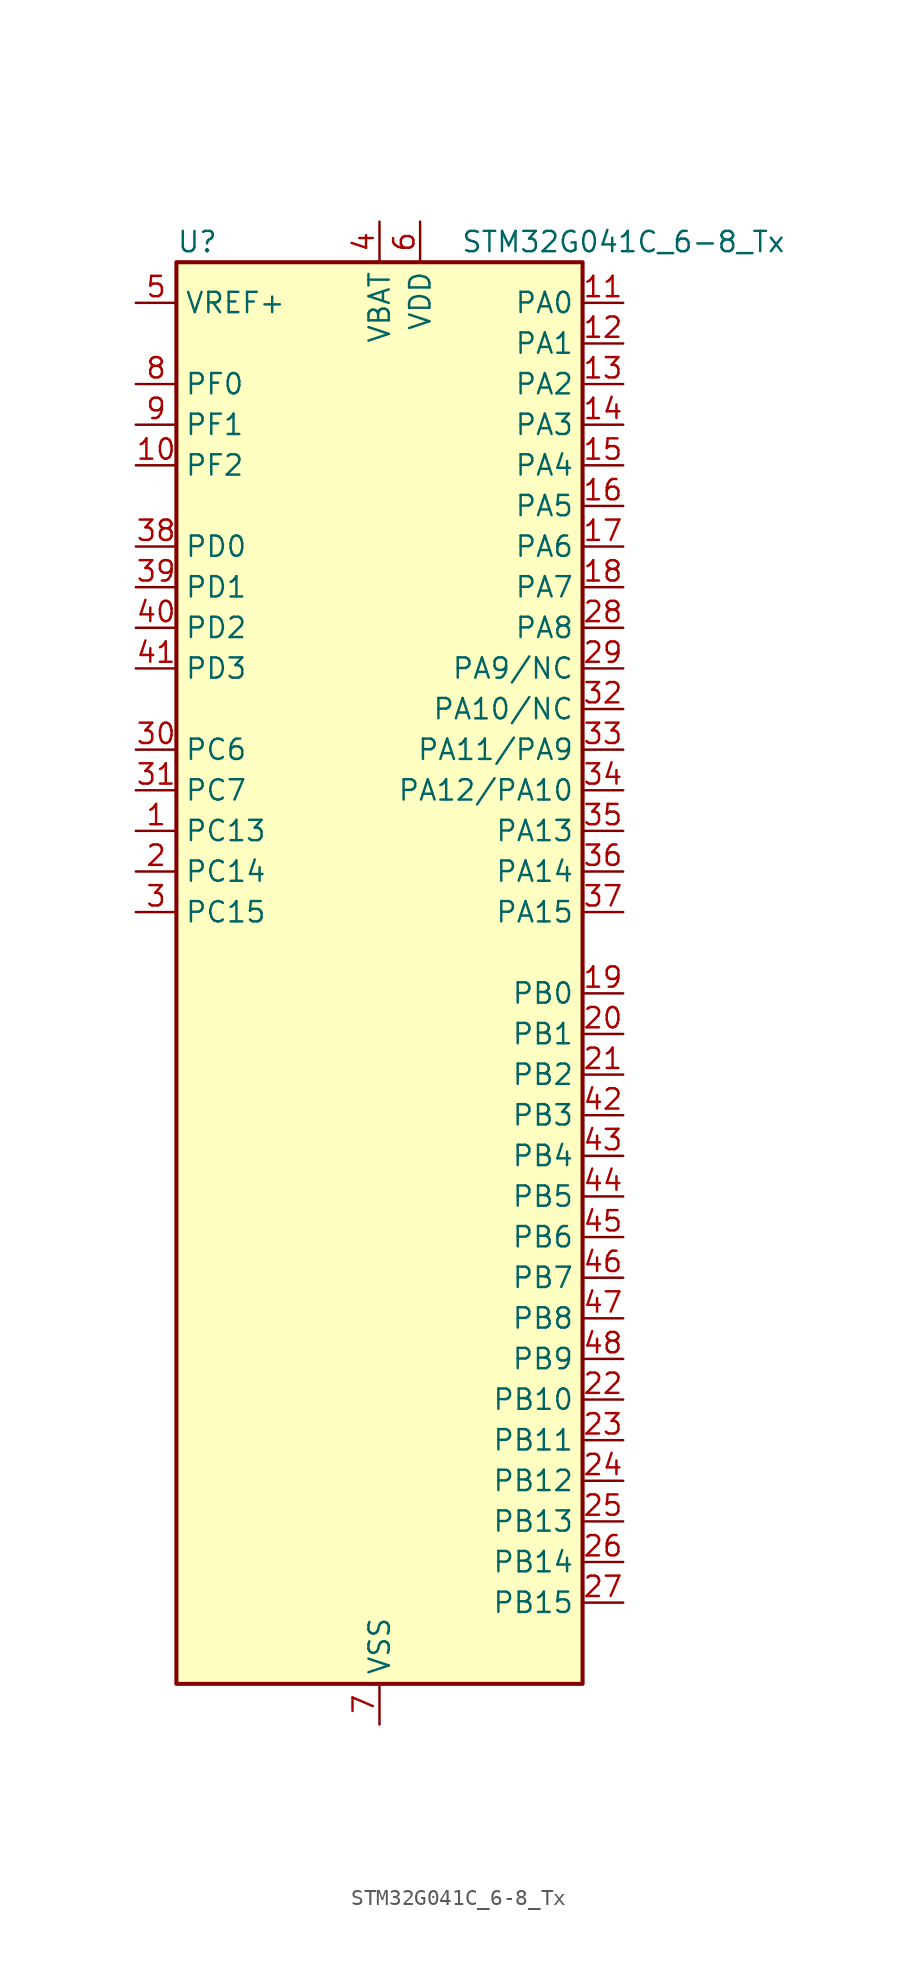
<source format=kicad_sym>
(kicad_symbol_lib
  (version 20211014)
  (generator kicad-library-utils)
  (symbol "STM32G041C_6-8_Tx"
    (property "Reference" "U"
      (at -12.7 46.99 0)
      (effects (font (size 1.27 1.27)) (justify left)))
    (property "Value" "STM32G041C_6-8_Tx"
      (at 5.08 46.99 0)
      (effects (font (size 1.27 1.27)) (justify left)))
    (property "ki_fp_filters" "LQFP*7x7mm*P0.5mm*"
      (at 0.0 0.0 0.0)
      (effects (font (size 1.27 1.27))))
    (symbol "STM32G041C_6-8_Tx_0_1"
      (rectangle (start -12.7 -43.18) (end 12.7 45.72) (stroke (width 0.254)) (fill (type background))))
    (symbol "STM32G041C_6-8_Tx_1_1"
      (pin input line (at -15.24 43.18 0) (length 2.54) (name "VREF+" (effects (font (size 1.27 1.27)))) (number "5" (effects (font (size 1.27 1.27)))) (alternate "VREFBUF_OUT" bidirectional line))
      (pin bidirectional line (at -15.24 38.1 0) (length 2.54) (name "PF0" (effects (font (size 1.27 1.27)))) (number "8" (effects (font (size 1.27 1.27)))) (alternate "RCC_OSC_IN" bidirectional line) (alternate "TIM14_CH1" bidirectional line))
      (pin bidirectional line (at -15.24 35.56 0) (length 2.54) (name "PF1" (effects (font (size 1.27 1.27)))) (number "9" (effects (font (size 1.27 1.27)))) (alternate "RCC_OSC_EN" bidirectional line) (alternate "RCC_OSC_OUT" bidirectional line))
      (pin bidirectional line (at -15.24 33.02 0) (length 2.54) (name "PF2" (effects (font (size 1.27 1.27)))) (number "10" (effects (font (size 1.27 1.27)))) (alternate "RCC_MCO" bidirectional line))
      (pin bidirectional line (at -15.24 27.94 0) (length 2.54) (name "PD0" (effects (font (size 1.27 1.27)))) (number "38" (effects (font (size 1.27 1.27)))) (alternate "SPI2_NSS" bidirectional line) (alternate "TIM16_CH1" bidirectional line))
      (pin bidirectional line (at -15.24 25.4 0) (length 2.54) (name "PD1" (effects (font (size 1.27 1.27)))) (number "39" (effects (font (size 1.27 1.27)))) (alternate "SPI2_SCK" bidirectional line) (alternate "TIM17_CH1" bidirectional line))
      (pin bidirectional line (at -15.24 22.86 0) (length 2.54) (name "PD2" (effects (font (size 1.27 1.27)))) (number "40" (effects (font (size 1.27 1.27)))) (alternate "TIM1_CH1N" bidirectional line) (alternate "TIM3_ETR" bidirectional line))
      (pin bidirectional line (at -15.24 20.32 0) (length 2.54) (name "PD3" (effects (font (size 1.27 1.27)))) (number "41" (effects (font (size 1.27 1.27)))) (alternate "SPI2_MISO" bidirectional line) (alternate "TIM1_CH2N" bidirectional line) (alternate "USART2_CTS" bidirectional line) (alternate "USART2_NSS" bidirectional line))
      (pin bidirectional line (at -15.24 15.24 0) (length 2.54) (name "PC6" (effects (font (size 1.27 1.27)))) (number "30" (effects (font (size 1.27 1.27)))) (alternate "TIM2_CH3" bidirectional line) (alternate "TIM3_CH1" bidirectional line))
      (pin bidirectional line (at -15.24 12.7 0) (length 2.54) (name "PC7" (effects (font (size 1.27 1.27)))) (number "31" (effects (font (size 1.27 1.27)))) (alternate "TIM2_CH4" bidirectional line) (alternate "TIM3_CH2" bidirectional line))
      (pin bidirectional line (at -15.24 10.16 0) (length 2.54) (name "PC13" (effects (font (size 1.27 1.27)))) (number "1" (effects (font (size 1.27 1.27)))) (alternate "RTC_OUT_ALARM" bidirectional line) (alternate "RTC_OUT_CALIB" bidirectional line) (alternate "RTC_TAMP_IN1" bidirectional line) (alternate "RTC_TS" bidirectional line) (alternate "SYS_WKUP2" bidirectional line) (alternate "TIM1_BK" bidirectional line))
      (pin bidirectional line (at -15.24 7.62 0) (length 2.54) (name "PC14" (effects (font (size 1.27 1.27)))) (number "2" (effects (font (size 1.27 1.27)))) (alternate "RCC_OSC32_IN" bidirectional line) (alternate "TIM1_BK2" bidirectional line))
      (pin bidirectional line (at -15.24 5.08 0) (length 2.54) (name "PC15" (effects (font (size 1.27 1.27)))) (number "3" (effects (font (size 1.27 1.27)))) (alternate "RCC_OSC32_EN" bidirectional line) (alternate "RCC_OSC32_OUT" bidirectional line) (alternate "RCC_OSC_EN" bidirectional line))
      (pin bidirectional line (at 15.24 43.18 180) (length 2.54) (name "PA0" (effects (font (size 1.27 1.27)))) (number "11" (effects (font (size 1.27 1.27)))) (alternate "ADC1_IN0" bidirectional line) (alternate "LPTIM1_OUT" bidirectional line) (alternate "RTC_TAMP_IN2" bidirectional line) (alternate "SPI2_SCK" bidirectional line) (alternate "SYS_WKUP1" bidirectional line) (alternate "TIM2_CH1" bidirectional line) (alternate "TIM2_ETR" bidirectional line) (alternate "USART2_CTS" bidirectional line) (alternate "USART2_NSS" bidirectional line))
      (pin bidirectional line (at 15.24 40.64 180) (length 2.54) (name "PA1" (effects (font (size 1.27 1.27)))) (number "12" (effects (font (size 1.27 1.27)))) (alternate "ADC1_IN1" bidirectional line) (alternate "I2C1_SMBA" bidirectional line) (alternate "I2S1_CK" bidirectional line) (alternate "SPI1_SCK" bidirectional line) (alternate "TIM2_CH2" bidirectional line) (alternate "USART2_CK" bidirectional line) (alternate "USART2_DE" bidirectional line) (alternate "USART2_RTS" bidirectional line))
      (pin bidirectional line (at 15.24 38.1 180) (length 2.54) (name "PA2" (effects (font (size 1.27 1.27)))) (number "13" (effects (font (size 1.27 1.27)))) (alternate "ADC1_IN2" bidirectional line) (alternate "I2S1_SD" bidirectional line) (alternate "LPUART1_TX" bidirectional line) (alternate "RCC_LSCO" bidirectional line) (alternate "SPI1_MOSI" bidirectional line) (alternate "SYS_WKUP4" bidirectional line) (alternate "TIM2_CH3" bidirectional line) (alternate "USART2_TX" bidirectional line))
      (pin bidirectional line (at 15.24 35.56 180) (length 2.54) (name "PA3" (effects (font (size 1.27 1.27)))) (number "14" (effects (font (size 1.27 1.27)))) (alternate "ADC1_IN3" bidirectional line) (alternate "LPUART1_RX" bidirectional line) (alternate "SPI2_MISO" bidirectional line) (alternate "TIM2_CH4" bidirectional line) (alternate "USART2_RX" bidirectional line))
      (pin bidirectional line (at 15.24 33.02 180) (length 2.54) (name "PA4" (effects (font (size 1.27 1.27)))) (number "15" (effects (font (size 1.27 1.27)))) (alternate "ADC1_IN4" bidirectional line) (alternate "I2S1_WS" bidirectional line) (alternate "LPTIM2_OUT" bidirectional line) (alternate "RTC_OUT_ALARM" bidirectional line) (alternate "RTC_OUT_CALIB" bidirectional line) (alternate "SPI1_NSS" bidirectional line) (alternate "SPI2_MOSI" bidirectional line) (alternate "TIM14_CH1" bidirectional line))
      (pin bidirectional line (at 15.24 30.48 180) (length 2.54) (name "PA5" (effects (font (size 1.27 1.27)))) (number "16" (effects (font (size 1.27 1.27)))) (alternate "ADC1_IN5" bidirectional line) (alternate "I2S1_CK" bidirectional line) (alternate "LPTIM2_ETR" bidirectional line) (alternate "SPI1_SCK" bidirectional line) (alternate "TIM2_CH1" bidirectional line) (alternate "TIM2_ETR" bidirectional line))
      (pin bidirectional line (at 15.24 27.94 180) (length 2.54) (name "PA6" (effects (font (size 1.27 1.27)))) (number "17" (effects (font (size 1.27 1.27)))) (alternate "ADC1_IN6" bidirectional line) (alternate "I2S1_MCK" bidirectional line) (alternate "LPUART1_CTS" bidirectional line) (alternate "SPI1_MISO" bidirectional line) (alternate "TIM16_CH1" bidirectional line) (alternate "TIM1_BK" bidirectional line) (alternate "TIM3_CH1" bidirectional line))
      (pin bidirectional line (at 15.24 25.4 180) (length 2.54) (name "PA7" (effects (font (size 1.27 1.27)))) (number "18" (effects (font (size 1.27 1.27)))) (alternate "ADC1_IN7" bidirectional line) (alternate "I2S1_SD" bidirectional line) (alternate "SPI1_MOSI" bidirectional line) (alternate "TIM14_CH1" bidirectional line) (alternate "TIM17_CH1" bidirectional line) (alternate "TIM1_CH1N" bidirectional line) (alternate "TIM3_CH2" bidirectional line))
      (pin bidirectional line (at 15.24 22.86 180) (length 2.54) (name "PA8" (effects (font (size 1.27 1.27)))) (number "28" (effects (font (size 1.27 1.27)))) (alternate "LPTIM2_OUT" bidirectional line) (alternate "RCC_MCO" bidirectional line) (alternate "SPI2_NSS" bidirectional line) (alternate "TIM1_CH1" bidirectional line))
      (pin bidirectional line (at 15.24 20.32 180) (length 2.54) (name "PA9/NC" (effects (font (size 1.27 1.27)))) (number "29" (effects (font (size 1.27 1.27)))) (alternate "I2C1_SCL" bidirectional line) (alternate "RCC_MCO" bidirectional line) (alternate "SPI2_MISO" bidirectional line) (alternate "TIM1_CH2" bidirectional line) (alternate "USART1_TX" bidirectional line))
      (pin bidirectional line (at 15.24 17.78 180) (length 2.54) (name "PA10/NC" (effects (font (size 1.27 1.27)))) (number "32" (effects (font (size 1.27 1.27)))) (alternate "I2C1_SDA" bidirectional line) (alternate "SPI2_MOSI" bidirectional line) (alternate "TIM17_BK" bidirectional line) (alternate "TIM1_CH3" bidirectional line) (alternate "USART1_RX" bidirectional line))
      (pin bidirectional line (at 15.24 15.24 180) (length 2.54) (name "PA11/PA9" (effects (font (size 1.27 1.27)))) (number "33" (effects (font (size 1.27 1.27)))) (alternate "ADC1_EXTI11" bidirectional line) (alternate "I2C2_SCL" bidirectional line) (alternate "I2S1_MCK" bidirectional line) (alternate "SPI1_MISO" bidirectional line) (alternate "TIM1_BK2" bidirectional line) (alternate "TIM1_CH4" bidirectional line) (alternate "USART1_CTS" bidirectional line) (alternate "USART1_NSS" bidirectional line))
      (pin bidirectional line (at 15.24 12.7 180) (length 2.54) (name "PA12/PA10" (effects (font (size 1.27 1.27)))) (number "34" (effects (font (size 1.27 1.27)))) (alternate "I2C2_SDA" bidirectional line) (alternate "I2S1_SD" bidirectional line) (alternate "I2S_CKIN" bidirectional line) (alternate "SPI1_MOSI" bidirectional line) (alternate "TIM1_ETR" bidirectional line) (alternate "USART1_CK" bidirectional line) (alternate "USART1_DE" bidirectional line) (alternate "USART1_RTS" bidirectional line))
      (pin bidirectional line (at 15.24 10.16 180) (length 2.54) (name "PA13" (effects (font (size 1.27 1.27)))) (number "35" (effects (font (size 1.27 1.27)))) (alternate "ADC1_IN17" bidirectional line) (alternate "IR_OUT" bidirectional line) (alternate "SYS_SWDIO" bidirectional line))
      (pin bidirectional line (at 15.24 7.62 180) (length 2.54) (name "PA14" (effects (font (size 1.27 1.27)))) (number "36" (effects (font (size 1.27 1.27)))) (alternate "ADC1_IN18" bidirectional line) (alternate "SYS_SWCLK" bidirectional line) (alternate "USART2_TX" bidirectional line))
      (pin bidirectional line (at 15.24 5.08 180) (length 2.54) (name "PA15" (effects (font (size 1.27 1.27)))) (number "37" (effects (font (size 1.27 1.27)))) (alternate "I2S1_WS" bidirectional line) (alternate "SPI1_NSS" bidirectional line) (alternate "TIM2_CH1" bidirectional line) (alternate "TIM2_ETR" bidirectional line) (alternate "USART2_RX" bidirectional line))
      (pin bidirectional line (at 15.24 0.0 180) (length 2.54) (name "PB0" (effects (font (size 1.27 1.27)))) (number "19" (effects (font (size 1.27 1.27)))) (alternate "ADC1_IN8" bidirectional line) (alternate "I2S1_WS" bidirectional line) (alternate "LPTIM1_OUT" bidirectional line) (alternate "SPI1_NSS" bidirectional line) (alternate "TIM1_CH2N" bidirectional line) (alternate "TIM3_CH3" bidirectional line))
      (pin bidirectional line (at 15.24 -2.54 180) (length 2.54) (name "PB1" (effects (font (size 1.27 1.27)))) (number "20" (effects (font (size 1.27 1.27)))) (alternate "ADC1_IN9" bidirectional line) (alternate "LPTIM2_IN1" bidirectional line) (alternate "LPUART1_DE" bidirectional line) (alternate "LPUART1_RTS" bidirectional line) (alternate "TIM14_CH1" bidirectional line) (alternate "TIM1_CH3N" bidirectional line) (alternate "TIM3_CH4" bidirectional line))
      (pin bidirectional line (at 15.24 -5.08 180) (length 2.54) (name "PB2" (effects (font (size 1.27 1.27)))) (number "21" (effects (font (size 1.27 1.27)))) (alternate "ADC1_IN10" bidirectional line) (alternate "LPTIM1_OUT" bidirectional line) (alternate "SPI2_MISO" bidirectional line))
      (pin bidirectional line (at 15.24 -7.62 180) (length 2.54) (name "PB3" (effects (font (size 1.27 1.27)))) (number "42" (effects (font (size 1.27 1.27)))) (alternate "I2S1_CK" bidirectional line) (alternate "SPI1_SCK" bidirectional line) (alternate "TIM1_CH2" bidirectional line) (alternate "TIM2_CH2" bidirectional line) (alternate "USART1_CK" bidirectional line) (alternate "USART1_DE" bidirectional line) (alternate "USART1_RTS" bidirectional line))
      (pin bidirectional line (at 15.24 -10.16 180) (length 2.54) (name "PB4" (effects (font (size 1.27 1.27)))) (number "43" (effects (font (size 1.27 1.27)))) (alternate "I2S1_MCK" bidirectional line) (alternate "SPI1_MISO" bidirectional line) (alternate "TIM17_BK" bidirectional line) (alternate "TIM3_CH1" bidirectional line) (alternate "USART1_CTS" bidirectional line) (alternate "USART1_NSS" bidirectional line))
      (pin bidirectional line (at 15.24 -12.7 180) (length 2.54) (name "PB5" (effects (font (size 1.27 1.27)))) (number "44" (effects (font (size 1.27 1.27)))) (alternate "I2C1_SMBA" bidirectional line) (alternate "I2S1_SD" bidirectional line) (alternate "LPTIM1_IN1" bidirectional line) (alternate "SPI1_MOSI" bidirectional line) (alternate "SYS_WKUP6" bidirectional line) (alternate "TIM16_BK" bidirectional line) (alternate "TIM3_CH2" bidirectional line))
      (pin bidirectional line (at 15.24 -15.24 180) (length 2.54) (name "PB6" (effects (font (size 1.27 1.27)))) (number "45" (effects (font (size 1.27 1.27)))) (alternate "I2C1_SCL" bidirectional line) (alternate "LPTIM1_ETR" bidirectional line) (alternate "SPI2_MISO" bidirectional line) (alternate "TIM16_CH1N" bidirectional line) (alternate "TIM1_CH3" bidirectional line) (alternate "USART1_TX" bidirectional line))
      (pin bidirectional line (at 15.24 -17.78 180) (length 2.54) (name "PB7" (effects (font (size 1.27 1.27)))) (number "46" (effects (font (size 1.27 1.27)))) (alternate "I2C1_SDA" bidirectional line) (alternate "LPTIM1_IN2" bidirectional line) (alternate "SPI2_MOSI" bidirectional line) (alternate "SYS_PVD_IN" bidirectional line) (alternate "TIM17_CH1N" bidirectional line) (alternate "USART1_RX" bidirectional line))
      (pin bidirectional line (at 15.24 -20.32 180) (length 2.54) (name "PB8" (effects (font (size 1.27 1.27)))) (number "47" (effects (font (size 1.27 1.27)))) (alternate "I2C1_SCL" bidirectional line) (alternate "SPI2_SCK" bidirectional line) (alternate "TIM16_CH1" bidirectional line))
      (pin bidirectional line (at 15.24 -22.86 180) (length 2.54) (name "PB9" (effects (font (size 1.27 1.27)))) (number "48" (effects (font (size 1.27 1.27)))) (alternate "I2C1_SDA" bidirectional line) (alternate "IR_OUT" bidirectional line) (alternate "SPI2_NSS" bidirectional line) (alternate "TIM17_CH1" bidirectional line))
      (pin bidirectional line (at 15.24 -25.4 180) (length 2.54) (name "PB10" (effects (font (size 1.27 1.27)))) (number "22" (effects (font (size 1.27 1.27)))) (alternate "ADC1_IN11" bidirectional line) (alternate "I2C2_SCL" bidirectional line) (alternate "LPUART1_RX" bidirectional line) (alternate "SPI2_SCK" bidirectional line) (alternate "TIM2_CH3" bidirectional line))
      (pin bidirectional line (at 15.24 -27.94 180) (length 2.54) (name "PB11" (effects (font (size 1.27 1.27)))) (number "23" (effects (font (size 1.27 1.27)))) (alternate "ADC1_EXTI11" bidirectional line) (alternate "ADC1_IN15" bidirectional line) (alternate "I2C2_SDA" bidirectional line) (alternate "LPUART1_TX" bidirectional line) (alternate "SPI2_MOSI" bidirectional line) (alternate "TIM2_CH4" bidirectional line))
      (pin bidirectional line (at 15.24 -30.48 180) (length 2.54) (name "PB12" (effects (font (size 1.27 1.27)))) (number "24" (effects (font (size 1.27 1.27)))) (alternate "ADC1_IN16" bidirectional line) (alternate "LPUART1_DE" bidirectional line) (alternate "LPUART1_RTS" bidirectional line) (alternate "SPI2_NSS" bidirectional line) (alternate "TIM1_BK" bidirectional line))
      (pin bidirectional line (at 15.24 -33.02 180) (length 2.54) (name "PB13" (effects (font (size 1.27 1.27)))) (number "25" (effects (font (size 1.27 1.27)))) (alternate "I2C2_SCL" bidirectional line) (alternate "LPUART1_CTS" bidirectional line) (alternate "SPI2_SCK" bidirectional line) (alternate "TIM1_CH1N" bidirectional line))
      (pin bidirectional line (at 15.24 -35.56 180) (length 2.54) (name "PB14" (effects (font (size 1.27 1.27)))) (number "26" (effects (font (size 1.27 1.27)))) (alternate "I2C2_SDA" bidirectional line) (alternate "SPI2_MISO" bidirectional line) (alternate "TIM1_CH2N" bidirectional line))
      (pin bidirectional line (at 15.24 -38.1 180) (length 2.54) (name "PB15" (effects (font (size 1.27 1.27)))) (number "27" (effects (font (size 1.27 1.27)))) (alternate "RTC_REFIN" bidirectional line) (alternate "SPI2_MOSI" bidirectional line) (alternate "TIM1_CH3N" bidirectional line))
      (pin power_in line (at 0.0 48.26 270) (length 2.54) (name "VBAT" (effects (font (size 1.27 1.27)))) (number "4" (effects (font (size 1.27 1.27)))))
      (pin power_in line (at 2.54 48.26 270) (length 2.54) (name "VDD" (effects (font (size 1.27 1.27)))) (number "6" (effects (font (size 1.27 1.27)))))
      (pin power_in line (at 0.0 -45.72 90) (length 2.54) (name "VSS" (effects (font (size 1.27 1.27)))) (number "7" (effects (font (size 1.27 1.27))))))))
</source>
